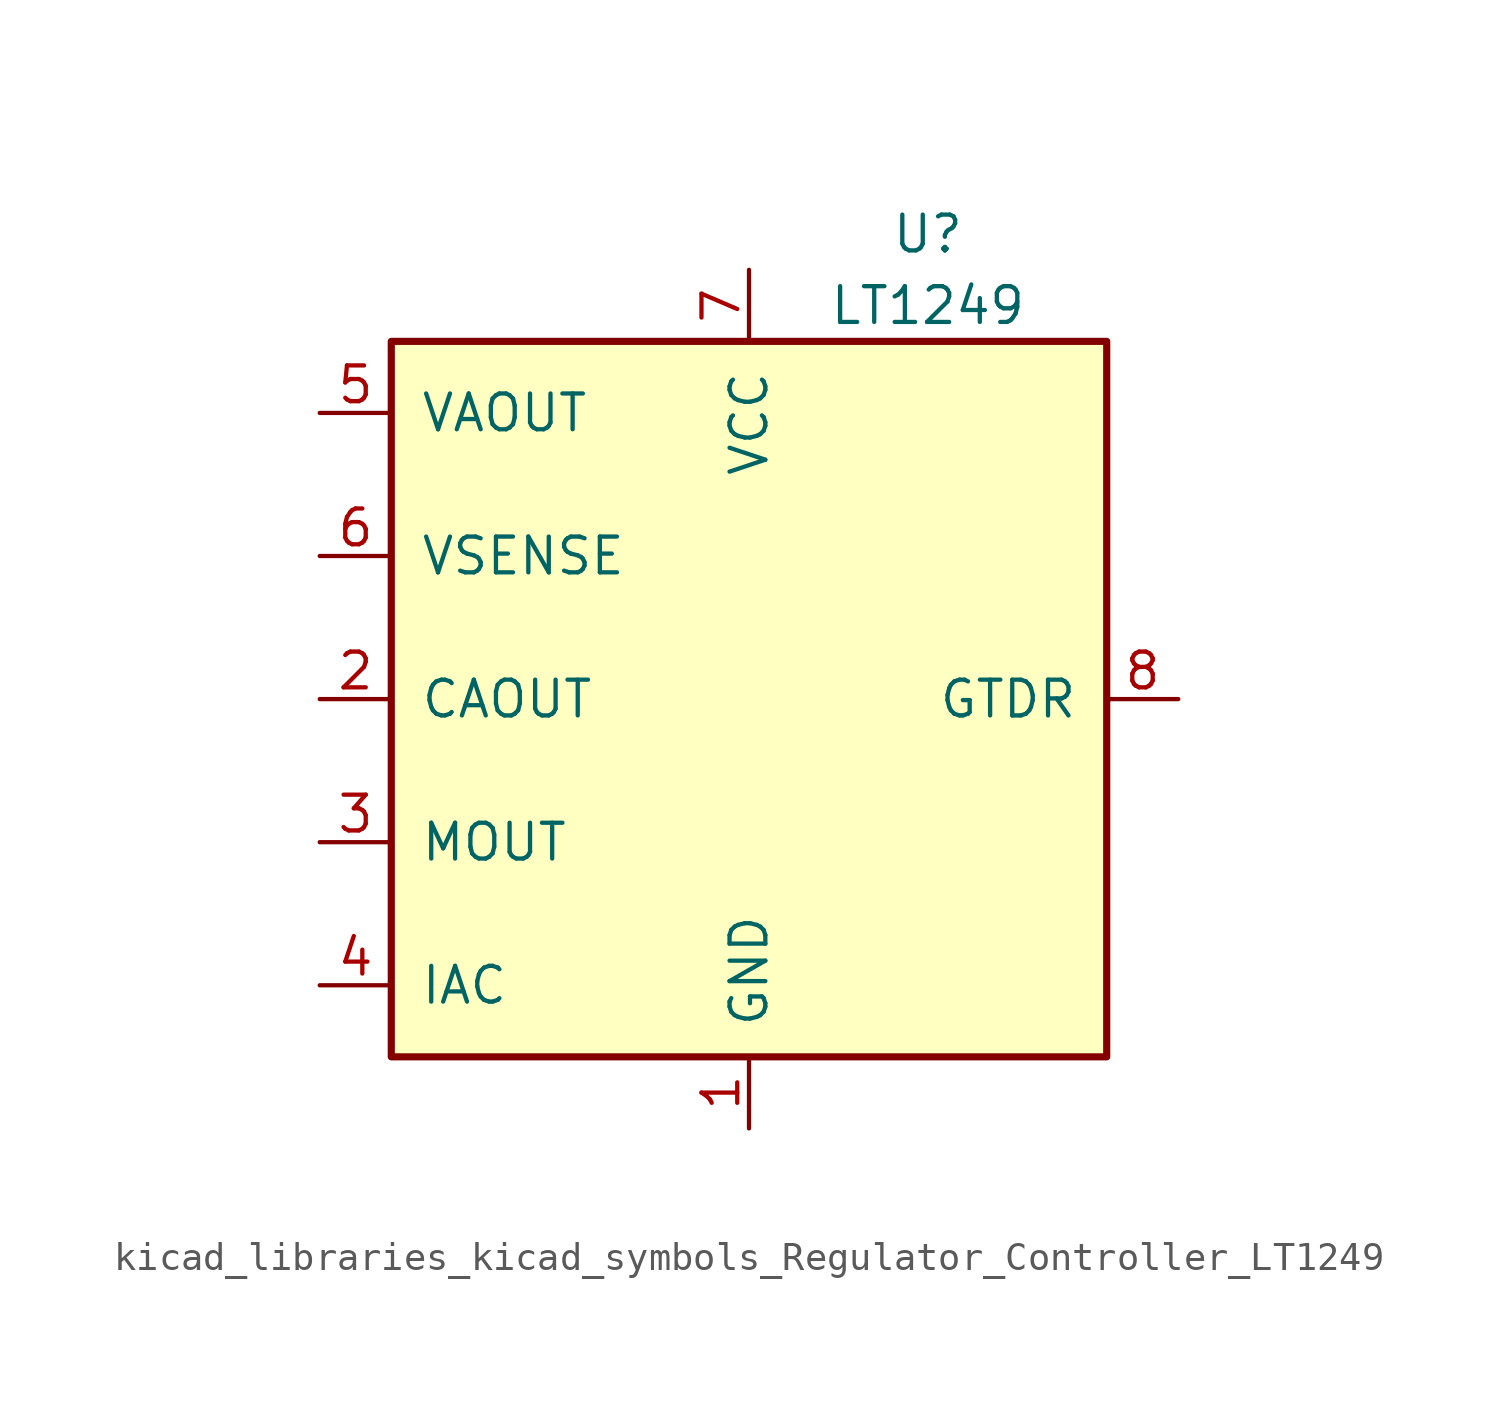
<source format=kicad_sym>
(kicad_symbol_lib
  (version 20220914)
  (generator kicad_symbol_editor)
  (symbol "kicad_libraries_kicad_symbols_Regulator_Controller_LT1249"
    (pin_names
      (offset 1.016))
    (property "Reference" "U"
      (at 6.35 16.51 0)
      (effects (font (size 1.27 1.27))))
    (property "Value" "LT1249"
      (at 6.35 13.97 0)
      (effects (font (size 1.27 1.27))))
    (symbol "kicad_libraries_kicad_symbols_Regulator_Controller_LT1249_0_1"
      (rectangle (start -12.7 12.7) (end 12.7 -12.7) (stroke (width 0.254) (type default)) (fill (type background))))
    (symbol "kicad_libraries_kicad_symbols_Regulator_Controller_LT1249_1_1"
      (pin power_in line (at 0 -15.24 90) (length 2.54) (name "GND" (effects (font (size 1.27 1.27)))) (number "1" (effects (font (size 1.27 1.27)))))
      (pin output line (at -15.24 0 0) (length 2.54) (name "CAOUT" (effects (font (size 1.27 1.27)))) (number "2" (effects (font (size 1.27 1.27)))))
      (pin input line (at -15.24 -5.08 0) (length 2.54) (name "MOUT" (effects (font (size 1.27 1.27)))) (number "3" (effects (font (size 1.27 1.27)))))
      (pin input line (at -15.24 -10.16 0) (length 2.54) (name "IAC" (effects (font (size 1.27 1.27)))) (number "4" (effects (font (size 1.27 1.27)))))
      (pin output line (at -15.24 10.16 0) (length 2.54) (name "VAOUT" (effects (font (size 1.27 1.27)))) (number "5" (effects (font (size 1.27 1.27)))))
      (pin input line (at -15.24 5.08 0) (length 2.54) (name "VSENSE" (effects (font (size 1.27 1.27)))) (number "6" (effects (font (size 1.27 1.27)))))
      (pin power_in line (at 0 15.24 270) (length 2.54) (name "VCC" (effects (font (size 1.27 1.27)))) (number "7" (effects (font (size 1.27 1.27)))))
      (pin output line (at 15.24 0 180) (length 2.54) (name "GTDR" (effects (font (size 1.27 1.27)))) (number "8" (effects (font (size 1.27 1.27))))))))
</source>
